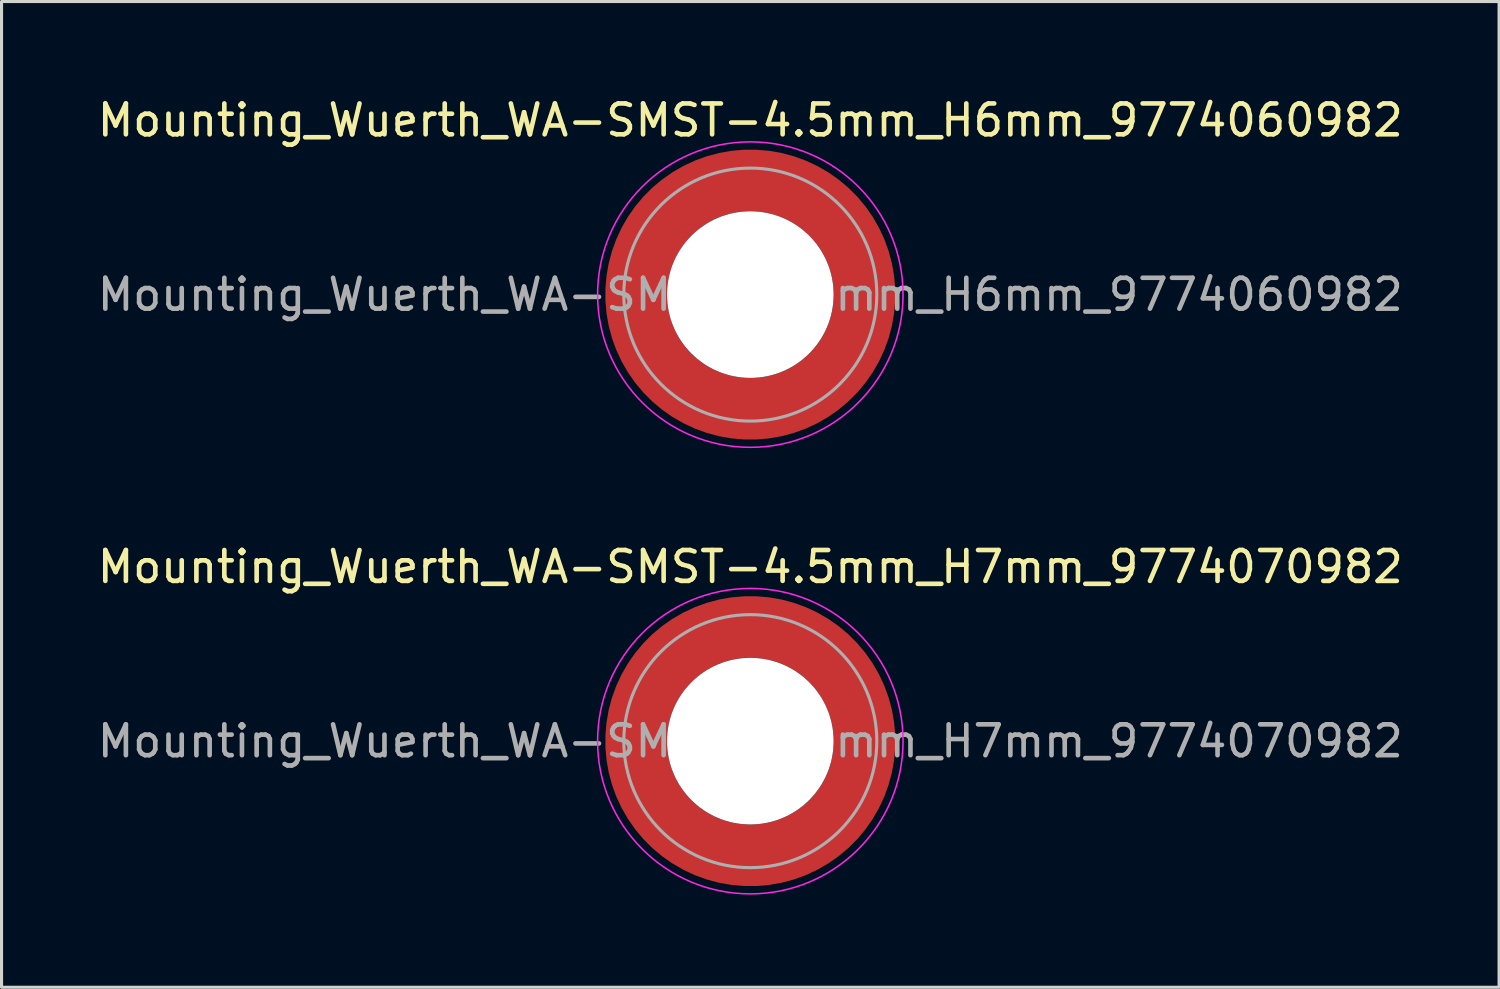
<source format=kicad_pcb>
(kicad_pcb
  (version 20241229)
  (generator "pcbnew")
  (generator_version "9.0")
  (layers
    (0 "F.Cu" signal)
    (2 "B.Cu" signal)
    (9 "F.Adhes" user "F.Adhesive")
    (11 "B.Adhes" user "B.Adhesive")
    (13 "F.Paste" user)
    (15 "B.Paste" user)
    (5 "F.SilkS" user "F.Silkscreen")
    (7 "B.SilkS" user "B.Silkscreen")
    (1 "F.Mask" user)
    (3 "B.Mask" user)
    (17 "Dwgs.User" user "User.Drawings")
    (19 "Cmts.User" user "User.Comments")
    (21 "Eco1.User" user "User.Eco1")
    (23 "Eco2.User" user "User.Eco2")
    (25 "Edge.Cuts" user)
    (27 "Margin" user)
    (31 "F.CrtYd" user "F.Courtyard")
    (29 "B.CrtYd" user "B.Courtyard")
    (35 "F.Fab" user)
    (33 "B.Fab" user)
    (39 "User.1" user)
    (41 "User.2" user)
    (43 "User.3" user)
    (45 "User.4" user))
  (footprint "Mounting_Wuerth_WA-SMST-4.5mm_H6mm_9774060982"
    (layer "F.Cu")
    (at 21.268 6.498)
    (property "Reference" "Mounting_Wuerth_WA-SMST-4.5mm_H6mm_9774060982" (at 0 -5.65 0) (layer "F.SilkS") (effects (font (size 1 1) (thickness 0.15))))
    (property "Mouser Part no." "" (at 0 0 0) (layer "F.Fab") (effects (font (size 1.27 1.27) (thickness 0.15))))
    (property "Mouser link" "" (at 0 0 0) (layer "F.Fab") (effects (font (size 1.27 1.27) (thickness 0.15))))
    (attr smd)
    (fp_circle (center 0 0) (end 4.95 0) (stroke (width 0.05) (type solid)) (fill no) (layer "F.CrtYd"))
    (fp_circle (center 0 0) (end 4.1 0) (stroke (width 0.1) (type solid)) (fill no) (layer "F.Fab"))
    (fp_text user "${REFERENCE}" (at 0 0 0) (layer "F.Fab") (effects (font (size 1 1) (thickness 0.15))))
    (pad "" smd custom (at -2.607 -2.607) (size 1.495 1.495) (layers "F.Paste") (options (anchor circle)) (primitives (gr_arc (start -0.188183 2.107456) (mid 0.598928 0.599619) (end 2.106494 -0.188011) (width 0.2)) (gr_arc (start -0.289416 2.107456) (mid 0.528508 0.529033) (end 2.106724 -0.28929) (width 0.2)) (gr_arc (start -0.390547 2.107456) (mid 0.457087 0.459449) (end 2.104161 -0.389996) (width 0.2)) (gr_arc (start -0.491585 2.107456) (mid 0.386415 0.389116) (end 2.103685 -0.490974) (width 0.2)) (gr_arc (start -0.59254 2.107456) (mid 0.31649 0.318035) (end 2.105297 -0.592202) (width 0.2)) (gr_arc (start -0.693419 2.107456) (mid 0.245252 0.248268) (end 2.103239 -0.692777) (width 0.2)) (gr_arc (start -0.794229 2.107456) (mid 0.174636 0.177878) (end 2.102921 -0.793559) (width 0.2)) (gr_arc (start -0.894975 2.107456) (mid 0.104643 0.106866) (end 2.104343 -0.894529) (width 0.2)) (gr_arc (start -0.995664 2.107456) (mid 0.033026 0.037479) (end 2.101219 -0.994793) (width 0.2)) (gr_arc (start -1.0963 2.107456) (mid -0.035789 -0.034714) (end 2.105949 -1.096096) (width 0.2)) (gr_arc (start -1.196886 2.107456) (mid -0.106351 -0.105157) (end 2.105783 -1.196666) (width 0.2)) (gr_arc (start -1.297427 2.107456) (mid -0.176416 -0.176097) (end 2.107009 -1.29737) (width 0.2)) (gr_arc (start -1.397927 2.107456) (mid -0.248476 -0.245042) (end 2.102638 -1.397323) (width 0.2)) (gr_arc (start -1.498388 2.107456) (mid -0.317612 -0.316913) (end 2.106475 -1.498268) (width 0.2)) (gr_arc (start -1.598813 2.107456) (mid -0.388865 -0.386665) (end 2.104366 -1.598444) (width 0.2)) (gr_arc (start -1.699204 2.107456) (mid -0.459747 -0.456787) (end 2.103299 -1.698719) (width 0.2)) (gr_arc (start -1.799565 2.107456) (mid -0.530257 -0.527283) (end 2.103277 -1.799089) (width 0.2)) (gr_arc (start -1.899896 2.107456) (mid -0.600396 -0.59815) (end 2.104299 -1.899545) (width 0.2)) (gr_arc (start -1.899896 2.107456) (mid -0.600396 -0.59815) (end 2.104299 -1.899545) (width 0.2)) (gr_line (start 2.107 -0.188) (end 2.107 -1.9) (width 0.2)) (gr_line (start -0.188 2.107) (end -1.9 2.107) (width 0.2))))
    (pad "" smd custom (at -2.607 2.607) (size 1.495 1.495) (layers "F.Paste") (options (anchor circle)) (primitives (gr_arc (start 2.107456 0.188183) (mid 0.599619 -0.598928) (end -0.188011 -2.106494) (width 0.2)) (gr_arc (start 2.107456 0.289416) (mid 0.529033 -0.528508) (end -0.28929 -2.106724) (width 0.2)) (gr_arc (start 2.107456 0.390547) (mid 0.459449 -0.457087) (end -0.389996 -2.104161) (width 0.2)) (gr_arc (start 2.107456 0.491585) (mid 0.389116 -0.386415) (end -0.490974 -2.103685) (width 0.2)) (gr_arc (start 2.107456 0.59254) (mid 0.318035 -0.31649) (end -0.592202 -2.105297) (width 0.2)) (gr_arc (start 2.107456 0.693419) (mid 0.248268 -0.245252) (end -0.692777 -2.103239) (width 0.2)) (gr_arc (start 2.107456 0.794229) (mid 0.177878 -0.174636) (end -0.793559 -2.102921) (width 0.2)) (gr_arc (start 2.107456 0.894975) (mid 0.106866 -0.104643) (end -0.894529 -2.104343) (width 0.2)) (gr_arc (start 2.107456 0.995664) (mid 0.037479 -0.033026) (end -0.994793 -2.101219) (width 0.2)) (gr_arc (start 2.107456 1.0963) (mid -0.034714 0.035789) (end -1.096096 -2.105949) (width 0.2)) (gr_arc (start 2.107456 1.196886) (mid -0.105157 0.106351) (end -1.196666 -2.105783) (width 0.2)) (gr_arc (start 2.107456 1.297427) (mid -0.176097 0.176416) (end -1.29737 -2.107009) (width 0.2)) (gr_arc (start 2.107456 1.397927) (mid -0.245042 0.248476) (end -1.397323 -2.102638) (width 0.2)) (gr_arc (start 2.107456 1.498388) (mid -0.316913 0.317612) (end -1.498268 -2.106475) (width 0.2)) (gr_arc (start 2.107456 1.598813) (mid -0.386665 0.388865) (end -1.598444 -2.104366) (width 0.2)) (gr_arc (start 2.107456 1.699204) (mid -0.456787 0.459747) (end -1.698719 -2.103299) (width 0.2)) (gr_arc (start 2.107456 1.799565) (mid -0.527283 0.530257) (end -1.799089 -2.103277) (width 0.2)) (gr_arc (start 2.107456 1.899896) (mid -0.59815 0.600396) (end -1.899545 -2.104299) (width 0.2)) (gr_arc (start 2.107456 1.899896) (mid -0.59815 0.600396) (end -1.899545 -2.104299) (width 0.2)) (gr_line (start -0.188 -2.107) (end -1.9 -2.107) (width 0.2)) (gr_line (start 2.107 0.188) (end 2.107 1.9) (width 0.2))))
    (pad "" np_thru_hole circle (at 0 0) (size 5.4 5.4) (drill 5.4) (layers "*.Cu" "*.Mask"))
    (pad "" smd custom (at 2.607 -2.607) (size 1.495 1.495) (layers "F.Paste") (options (anchor circle)) (primitives (gr_arc (start -2.107456 -0.188183) (mid -0.599619 0.598928) (end 0.188011 2.106494) (width 0.2)) (gr_arc (start -2.107456 -0.289416) (mid -0.529033 0.528508) (end 0.28929 2.106724) (width 0.2)) (gr_arc (start -2.107456 -0.390547) (mid -0.459449 0.457087) (end 0.389996 2.104161) (width 0.2)) (gr_arc (start -2.107456 -0.491585) (mid -0.389116 0.386415) (end 0.490974 2.103685) (width 0.2)) (gr_arc (start -2.107456 -0.59254) (mid -0.318035 0.31649) (end 0.592202 2.105297) (width 0.2)) (gr_arc (start -2.107456 -0.693419) (mid -0.248268 0.245252) (end 0.692777 2.103239) (width 0.2)) (gr_arc (start -2.107456 -0.794229) (mid -0.177878 0.174636) (end 0.793559 2.102921) (width 0.2)) (gr_arc (start -2.107456 -0.894975) (mid -0.106866 0.104643) (end 0.894529 2.104343) (width 0.2)) (gr_arc (start -2.107456 -0.995664) (mid -0.037479 0.033026) (end 0.994793 2.101219) (width 0.2)) (gr_arc (start -2.107456 -1.0963) (mid 0.034714 -0.035789) (end 1.096096 2.105949) (width 0.2)) (gr_arc (start -2.107456 -1.196886) (mid 0.105157 -0.106351) (end 1.196666 2.105783) (width 0.2)) (gr_arc (start -2.107456 -1.297427) (mid 0.176097 -0.176416) (end 1.29737 2.107009) (width 0.2)) (gr_arc (start -2.107456 -1.397927) (mid 0.245042 -0.248476) (end 1.397323 2.102638) (width 0.2)) (gr_arc (start -2.107456 -1.498388) (mid 0.316913 -0.317612) (end 1.498268 2.106475) (width 0.2)) (gr_arc (start -2.107456 -1.598813) (mid 0.386665 -0.388865) (end 1.598444 2.104366) (width 0.2)) (gr_arc (start -2.107456 -1.699204) (mid 0.456787 -0.459747) (end 1.698719 2.103299) (width 0.2)) (gr_arc (start -2.107456 -1.799565) (mid 0.527283 -0.530257) (end 1.799089 2.103277) (width 0.2)) (gr_arc (start -2.107456 -1.899896) (mid 0.59815 -0.600396) (end 1.899545 2.104299) (width 0.2)) (gr_arc (start -2.107456 -1.899896) (mid 0.59815 -0.600396) (end 1.899545 2.104299) (width 0.2)) (gr_line (start 0.188 2.107) (end 1.9 2.107) (width 0.2)) (gr_line (start -2.107 -0.188) (end -2.107 -1.9) (width 0.2))))
    (pad "" smd custom (at 2.607 2.607) (size 1.495 1.495) (layers "F.Paste") (options (anchor circle)) (primitives (gr_arc (start 0.188183 -2.107456) (mid -0.598928 -0.599619) (end -2.106494 0.188011) (width 0.2)) (gr_arc (start 0.289416 -2.107456) (mid -0.528508 -0.529033) (end -2.106724 0.28929) (width 0.2)) (gr_arc (start 0.390547 -2.107456) (mid -0.457087 -0.459449) (end -2.104161 0.389996) (width 0.2)) (gr_arc (start 0.491585 -2.107456) (mid -0.386415 -0.389116) (end -2.103685 0.490974) (width 0.2)) (gr_arc (start 0.59254 -2.107456) (mid -0.31649 -0.318035) (end -2.105297 0.592202) (width 0.2)) (gr_arc (start 0.693419 -2.107456) (mid -0.245252 -0.248268) (end -2.103239 0.692777) (width 0.2)) (gr_arc (start 0.794229 -2.107456) (mid -0.174636 -0.177878) (end -2.102921 0.793559) (width 0.2)) (gr_arc (start 0.894975 -2.107456) (mid -0.104643 -0.106866) (end -2.104343 0.894529) (width 0.2)) (gr_arc (start 0.995664 -2.107456) (mid -0.033026 -0.037479) (end -2.101219 0.994793) (width 0.2)) (gr_arc (start 1.0963 -2.107456) (mid 0.035789 0.034714) (end -2.105949 1.096096) (width 0.2)) (gr_arc (start 1.196886 -2.107456) (mid 0.106351 0.105157) (end -2.105783 1.196666) (width 0.2)) (gr_arc (start 1.297427 -2.107456) (mid 0.176416 0.176097) (end -2.107009 1.29737) (width 0.2)) (gr_arc (start 1.397927 -2.107456) (mid 0.248476 0.245042) (end -2.102638 1.397323) (width 0.2)) (gr_arc (start 1.498388 -2.107456) (mid 0.317612 0.316913) (end -2.106475 1.498268) (width 0.2)) (gr_arc (start 1.598813 -2.107456) (mid 0.388865 0.386665) (end -2.104366 1.598444) (width 0.2)) (gr_arc (start 1.699204 -2.107456) (mid 0.459747 0.456787) (end -2.103299 1.698719) (width 0.2)) (gr_arc (start 1.799565 -2.107456) (mid 0.530257 0.527283) (end -2.103277 1.799089) (width 0.2)) (gr_arc (start 1.899896 -2.107456) (mid 0.600396 0.59815) (end -2.104299 1.899545) (width 0.2)) (gr_arc (start 1.899896 -2.107456) (mid 0.600396 0.59815) (end -2.104299 1.899545) (width 0.2)) (gr_line (start -2.107 0.188) (end -2.107 1.9) (width 0.2)) (gr_line (start 0.188 -2.107) (end 1.9 -2.107) (width 0.2))))
    (pad "1" smd circle (at -3.7 0) (size 1.6 1.6) (layers "F.Cu"))
    (pad "1" smd circle (at 0 -3.7) (size 1.6 1.6) (layers "F.Cu"))
    (pad "1" smd circle (at 0 3.7) (size 1.6 1.6) (layers "F.Cu"))
    (pad "1" smd custom (at 3.7 0) (size 1.6 1.6) (layers "F.Cu" "F.Mask") (options (anchor circle)) (primitives (gr_circle (center -3.7 0) (end 0 0) (width 2) (fill no)))))
  (footprint "Mounting_Wuerth_WA-SMST-4.5mm_H7mm_9774070982"
    (layer "F.Cu")
    (at 21.268 20.971)
    (property "Reference" "Mounting_Wuerth_WA-SMST-4.5mm_H7mm_9774070982" (at 0 -5.65 0) (layer "F.SilkS") (effects (font (size 1 1) (thickness 0.15))))
    (property "Mouser Part no." "" (at 0 0 0) (layer "F.Fab") (effects (font (size 1.27 1.27) (thickness 0.15))))
    (property "Mouser link" "" (at 0 0 0) (layer "F.Fab") (effects (font (size 1.27 1.27) (thickness 0.15))))
    (attr smd)
    (fp_circle (center 0 0) (end 4.95 0) (stroke (width 0.05) (type solid)) (fill no) (layer "F.CrtYd"))
    (fp_circle (center 0 0) (end 4.1 0) (stroke (width 0.1) (type solid)) (fill no) (layer "F.Fab"))
    (fp_text user "${REFERENCE}" (at 0 0 0) (layer "F.Fab") (effects (font (size 1 1) (thickness 0.15))))
    (pad "" smd custom (at -2.607 -2.607) (size 1.495 1.495) (layers "F.Paste") (options (anchor circle)) (primitives (gr_arc (start -0.188183 2.107456) (mid 0.598928 0.599619) (end 2.106494 -0.188011) (width 0.2)) (gr_arc (start -0.289416 2.107456) (mid 0.528508 0.529033) (end 2.106724 -0.28929) (width 0.2)) (gr_arc (start -0.390547 2.107456) (mid 0.457087 0.459449) (end 2.104161 -0.389996) (width 0.2)) (gr_arc (start -0.491585 2.107456) (mid 0.386415 0.389116) (end 2.103685 -0.490974) (width 0.2)) (gr_arc (start -0.59254 2.107456) (mid 0.31649 0.318035) (end 2.105297 -0.592202) (width 0.2)) (gr_arc (start -0.693419 2.107456) (mid 0.245252 0.248268) (end 2.103239 -0.692777) (width 0.2)) (gr_arc (start -0.794229 2.107456) (mid 0.174636 0.177878) (end 2.102921 -0.793559) (width 0.2)) (gr_arc (start -0.894975 2.107456) (mid 0.104643 0.106866) (end 2.104343 -0.894529) (width 0.2)) (gr_arc (start -0.995664 2.107456) (mid 0.033026 0.037479) (end 2.101219 -0.994793) (width 0.2)) (gr_arc (start -1.0963 2.107456) (mid -0.035789 -0.034714) (end 2.105949 -1.096096) (width 0.2)) (gr_arc (start -1.196886 2.107456) (mid -0.106351 -0.105157) (end 2.105783 -1.196666) (width 0.2)) (gr_arc (start -1.297427 2.107456) (mid -0.176416 -0.176097) (end 2.107009 -1.29737) (width 0.2)) (gr_arc (start -1.397927 2.107456) (mid -0.248476 -0.245042) (end 2.102638 -1.397323) (width 0.2)) (gr_arc (start -1.498388 2.107456) (mid -0.317612 -0.316913) (end 2.106475 -1.498268) (width 0.2)) (gr_arc (start -1.598813 2.107456) (mid -0.388865 -0.386665) (end 2.104366 -1.598444) (width 0.2)) (gr_arc (start -1.699204 2.107456) (mid -0.459747 -0.456787) (end 2.103299 -1.698719) (width 0.2)) (gr_arc (start -1.799565 2.107456) (mid -0.530257 -0.527283) (end 2.103277 -1.799089) (width 0.2)) (gr_arc (start -1.899896 2.107456) (mid -0.600396 -0.59815) (end 2.104299 -1.899545) (width 0.2)) (gr_arc (start -1.899896 2.107456) (mid -0.600396 -0.59815) (end 2.104299 -1.899545) (width 0.2)) (gr_line (start 2.107 -0.188) (end 2.107 -1.9) (width 0.2)) (gr_line (start -0.188 2.107) (end -1.9 2.107) (width 0.2))))
    (pad "" smd custom (at -2.607 2.607) (size 1.495 1.495) (layers "F.Paste") (options (anchor circle)) (primitives (gr_arc (start 2.107456 0.188183) (mid 0.599619 -0.598928) (end -0.188011 -2.106494) (width 0.2)) (gr_arc (start 2.107456 0.289416) (mid 0.529033 -0.528508) (end -0.28929 -2.106724) (width 0.2)) (gr_arc (start 2.107456 0.390547) (mid 0.459449 -0.457087) (end -0.389996 -2.104161) (width 0.2)) (gr_arc (start 2.107456 0.491585) (mid 0.389116 -0.386415) (end -0.490974 -2.103685) (width 0.2)) (gr_arc (start 2.107456 0.59254) (mid 0.318035 -0.31649) (end -0.592202 -2.105297) (width 0.2)) (gr_arc (start 2.107456 0.693419) (mid 0.248268 -0.245252) (end -0.692777 -2.103239) (width 0.2)) (gr_arc (start 2.107456 0.794229) (mid 0.177878 -0.174636) (end -0.793559 -2.102921) (width 0.2)) (gr_arc (start 2.107456 0.894975) (mid 0.106866 -0.104643) (end -0.894529 -2.104343) (width 0.2)) (gr_arc (start 2.107456 0.995664) (mid 0.037479 -0.033026) (end -0.994793 -2.101219) (width 0.2)) (gr_arc (start 2.107456 1.0963) (mid -0.034714 0.035789) (end -1.096096 -2.105949) (width 0.2)) (gr_arc (start 2.107456 1.196886) (mid -0.105157 0.106351) (end -1.196666 -2.105783) (width 0.2)) (gr_arc (start 2.107456 1.297427) (mid -0.176097 0.176416) (end -1.29737 -2.107009) (width 0.2)) (gr_arc (start 2.107456 1.397927) (mid -0.245042 0.248476) (end -1.397323 -2.102638) (width 0.2)) (gr_arc (start 2.107456 1.498388) (mid -0.316913 0.317612) (end -1.498268 -2.106475) (width 0.2)) (gr_arc (start 2.107456 1.598813) (mid -0.386665 0.388865) (end -1.598444 -2.104366) (width 0.2)) (gr_arc (start 2.107456 1.699204) (mid -0.456787 0.459747) (end -1.698719 -2.103299) (width 0.2)) (gr_arc (start 2.107456 1.799565) (mid -0.527283 0.530257) (end -1.799089 -2.103277) (width 0.2)) (gr_arc (start 2.107456 1.899896) (mid -0.59815 0.600396) (end -1.899545 -2.104299) (width 0.2)) (gr_arc (start 2.107456 1.899896) (mid -0.59815 0.600396) (end -1.899545 -2.104299) (width 0.2)) (gr_line (start -0.188 -2.107) (end -1.9 -2.107) (width 0.2)) (gr_line (start 2.107 0.188) (end 2.107 1.9) (width 0.2))))
    (pad "" np_thru_hole circle (at 0 0) (size 5.4 5.4) (drill 5.4) (layers "*.Cu" "*.Mask"))
    (pad "" smd custom (at 2.607 -2.607) (size 1.495 1.495) (layers "F.Paste") (options (anchor circle)) (primitives (gr_arc (start -2.107456 -0.188183) (mid -0.599619 0.598928) (end 0.188011 2.106494) (width 0.2)) (gr_arc (start -2.107456 -0.289416) (mid -0.529033 0.528508) (end 0.28929 2.106724) (width 0.2)) (gr_arc (start -2.107456 -0.390547) (mid -0.459449 0.457087) (end 0.389996 2.104161) (width 0.2)) (gr_arc (start -2.107456 -0.491585) (mid -0.389116 0.386415) (end 0.490974 2.103685) (width 0.2)) (gr_arc (start -2.107456 -0.59254) (mid -0.318035 0.31649) (end 0.592202 2.105297) (width 0.2)) (gr_arc (start -2.107456 -0.693419) (mid -0.248268 0.245252) (end 0.692777 2.103239) (width 0.2)) (gr_arc (start -2.107456 -0.794229) (mid -0.177878 0.174636) (end 0.793559 2.102921) (width 0.2)) (gr_arc (start -2.107456 -0.894975) (mid -0.106866 0.104643) (end 0.894529 2.104343) (width 0.2)) (gr_arc (start -2.107456 -0.995664) (mid -0.037479 0.033026) (end 0.994793 2.101219) (width 0.2)) (gr_arc (start -2.107456 -1.0963) (mid 0.034714 -0.035789) (end 1.096096 2.105949) (width 0.2)) (gr_arc (start -2.107456 -1.196886) (mid 0.105157 -0.106351) (end 1.196666 2.105783) (width 0.2)) (gr_arc (start -2.107456 -1.297427) (mid 0.176097 -0.176416) (end 1.29737 2.107009) (width 0.2)) (gr_arc (start -2.107456 -1.397927) (mid 0.245042 -0.248476) (end 1.397323 2.102638) (width 0.2)) (gr_arc (start -2.107456 -1.498388) (mid 0.316913 -0.317612) (end 1.498268 2.106475) (width 0.2)) (gr_arc (start -2.107456 -1.598813) (mid 0.386665 -0.388865) (end 1.598444 2.104366) (width 0.2)) (gr_arc (start -2.107456 -1.699204) (mid 0.456787 -0.459747) (end 1.698719 2.103299) (width 0.2)) (gr_arc (start -2.107456 -1.799565) (mid 0.527283 -0.530257) (end 1.799089 2.103277) (width 0.2)) (gr_arc (start -2.107456 -1.899896) (mid 0.59815 -0.600396) (end 1.899545 2.104299) (width 0.2)) (gr_arc (start -2.107456 -1.899896) (mid 0.59815 -0.600396) (end 1.899545 2.104299) (width 0.2)) (gr_line (start 0.188 2.107) (end 1.9 2.107) (width 0.2)) (gr_line (start -2.107 -0.188) (end -2.107 -1.9) (width 0.2))))
    (pad "" smd custom (at 2.607 2.607) (size 1.495 1.495) (layers "F.Paste") (options (anchor circle)) (primitives (gr_arc (start 0.188183 -2.107456) (mid -0.598928 -0.599619) (end -2.106494 0.188011) (width 0.2)) (gr_arc (start 0.289416 -2.107456) (mid -0.528508 -0.529033) (end -2.106724 0.28929) (width 0.2)) (gr_arc (start 0.390547 -2.107456) (mid -0.457087 -0.459449) (end -2.104161 0.389996) (width 0.2)) (gr_arc (start 0.491585 -2.107456) (mid -0.386415 -0.389116) (end -2.103685 0.490974) (width 0.2)) (gr_arc (start 0.59254 -2.107456) (mid -0.31649 -0.318035) (end -2.105297 0.592202) (width 0.2)) (gr_arc (start 0.693419 -2.107456) (mid -0.245252 -0.248268) (end -2.103239 0.692777) (width 0.2)) (gr_arc (start 0.794229 -2.107456) (mid -0.174636 -0.177878) (end -2.102921 0.793559) (width 0.2)) (gr_arc (start 0.894975 -2.107456) (mid -0.104643 -0.106866) (end -2.104343 0.894529) (width 0.2)) (gr_arc (start 0.995664 -2.107456) (mid -0.033026 -0.037479) (end -2.101219 0.994793) (width 0.2)) (gr_arc (start 1.0963 -2.107456) (mid 0.035789 0.034714) (end -2.105949 1.096096) (width 0.2)) (gr_arc (start 1.196886 -2.107456) (mid 0.106351 0.105157) (end -2.105783 1.196666) (width 0.2)) (gr_arc (start 1.297427 -2.107456) (mid 0.176416 0.176097) (end -2.107009 1.29737) (width 0.2)) (gr_arc (start 1.397927 -2.107456) (mid 0.248476 0.245042) (end -2.102638 1.397323) (width 0.2)) (gr_arc (start 1.498388 -2.107456) (mid 0.317612 0.316913) (end -2.106475 1.498268) (width 0.2)) (gr_arc (start 1.598813 -2.107456) (mid 0.388865 0.386665) (end -2.104366 1.598444) (width 0.2)) (gr_arc (start 1.699204 -2.107456) (mid 0.459747 0.456787) (end -2.103299 1.698719) (width 0.2)) (gr_arc (start 1.799565 -2.107456) (mid 0.530257 0.527283) (end -2.103277 1.799089) (width 0.2)) (gr_arc (start 1.899896 -2.107456) (mid 0.600396 0.59815) (end -2.104299 1.899545) (width 0.2)) (gr_arc (start 1.899896 -2.107456) (mid 0.600396 0.59815) (end -2.104299 1.899545) (width 0.2)) (gr_line (start -2.107 0.188) (end -2.107 1.9) (width 0.2)) (gr_line (start 0.188 -2.107) (end 1.9 -2.107) (width 0.2))))
    (pad "1" smd circle (at -3.7 0) (size 1.6 1.6) (layers "F.Cu"))
    (pad "1" smd circle (at 0 -3.7) (size 1.6 1.6) (layers "F.Cu"))
    (pad "1" smd circle (at 0 3.7) (size 1.6 1.6) (layers "F.Cu"))
    (pad "1" smd custom (at 3.7 0) (size 1.6 1.6) (layers "F.Cu" "F.Mask") (options (anchor circle)) (primitives (gr_circle (center -3.7 0) (end 0 0) (width 2) (fill no)))))
  (gr_rect
    (start -3 -3)
    (end 45.536 28.947)
    (stroke (width 0.1) (type default))
    (fill no)
    (layer "Edge.Cuts")))
</source>
